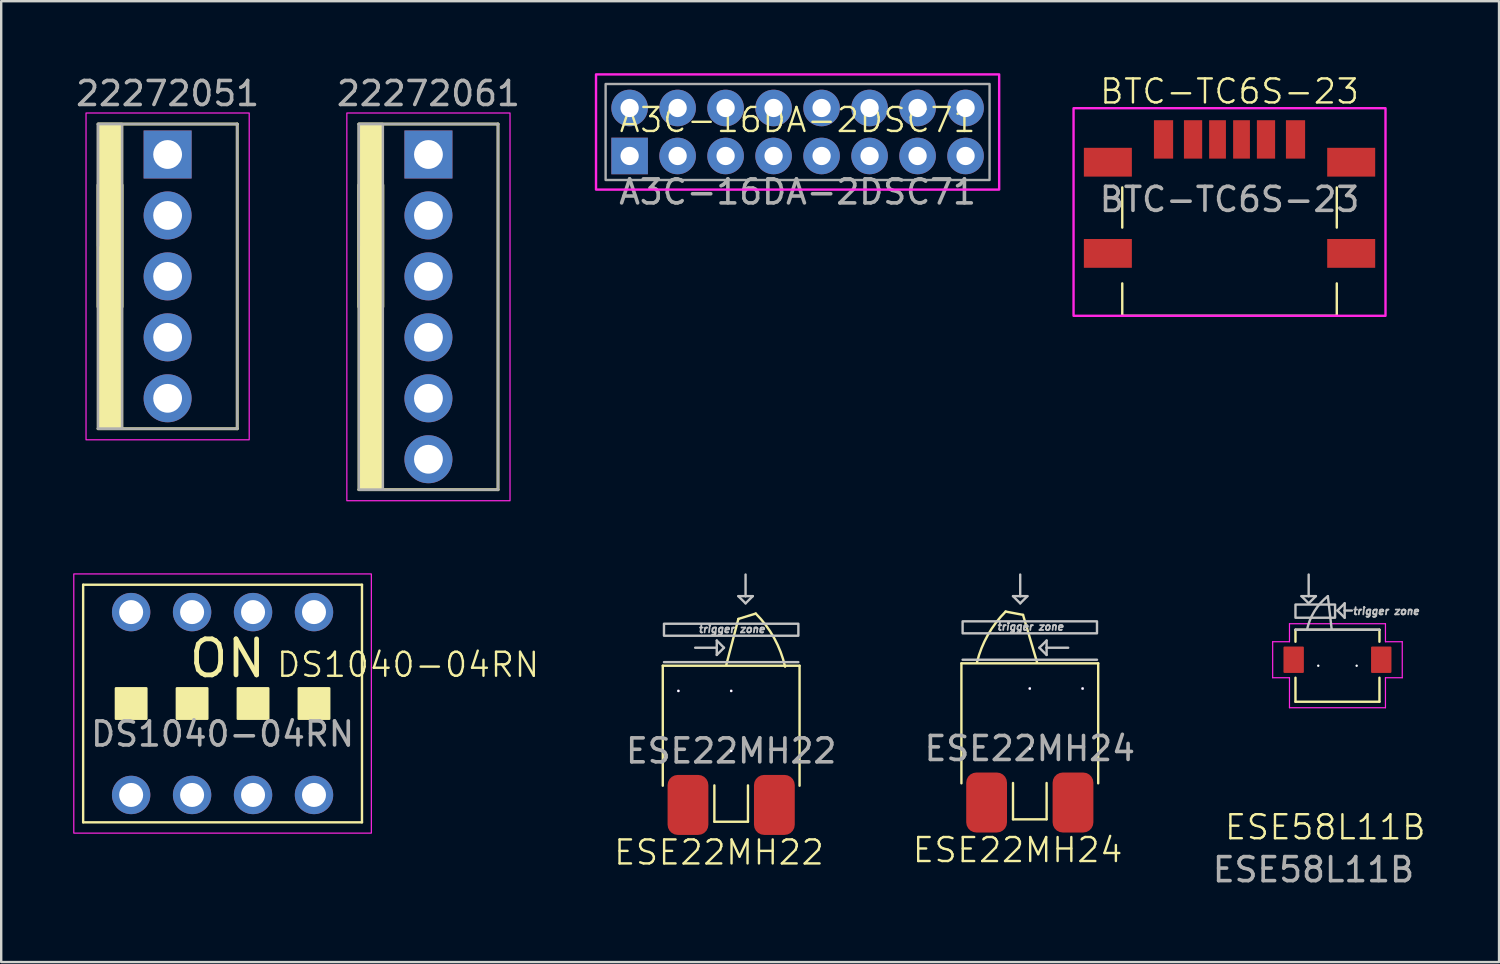
<source format=kicad_pcb>
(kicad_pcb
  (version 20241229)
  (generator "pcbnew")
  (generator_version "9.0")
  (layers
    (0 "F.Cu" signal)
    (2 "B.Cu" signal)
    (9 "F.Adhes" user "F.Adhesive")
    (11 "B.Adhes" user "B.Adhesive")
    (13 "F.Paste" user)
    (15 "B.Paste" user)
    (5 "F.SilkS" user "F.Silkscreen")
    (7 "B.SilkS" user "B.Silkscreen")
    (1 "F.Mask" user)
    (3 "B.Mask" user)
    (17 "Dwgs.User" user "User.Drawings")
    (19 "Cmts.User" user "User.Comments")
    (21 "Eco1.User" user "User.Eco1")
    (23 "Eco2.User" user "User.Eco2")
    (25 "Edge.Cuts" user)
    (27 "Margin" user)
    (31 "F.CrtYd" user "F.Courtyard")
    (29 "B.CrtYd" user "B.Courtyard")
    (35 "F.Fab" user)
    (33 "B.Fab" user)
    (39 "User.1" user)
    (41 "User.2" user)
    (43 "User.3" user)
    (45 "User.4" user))
  (footprint "BTC-TC6S-23"
    (layer "F.Cu")
    (at 48.188 2.76)
    (property "Reference" "BTC-TC6S-23" (at 0 -2 0) (unlocked yes) (layer "F.SilkS") (effects (font (size 1 1) (thickness 0.1))))
    (attr smd)
    (fp_line (start -4.47 3.675) (end -4.47 2) (stroke (width 0.1) (type default)) (layer "F.SilkS"))
    (fp_line (start -4.47 7.35) (end -4.47 6) (stroke (width 0.1) (type default)) (layer "F.SilkS"))
    (fp_line (start -4.47 7.35) (end 4.47 7.35) (stroke (width 0.1) (type default)) (layer "F.SilkS"))
    (fp_line (start 4.47 2) (end 4.47 3.675) (stroke (width 0.1) (type default)) (layer "F.SilkS"))
    (fp_line (start 4.47 7.35) (end 4.47 6) (stroke (width 0.1) (type default)) (layer "F.SilkS"))
    (fp_rect (start -6.5 -1.3) (end 6.5 7.35) (stroke (width 0.1) (type default)) (fill no) (layer "F.CrtYd"))
    (fp_text user "${REFERENCE}" (at 0 2.5 0) (unlocked yes) (layer "F.Fab") (effects (font (size 1 1) (thickness 0.15))))
    (pad "A5" smd rect (at -0.5 0 180) (size 0.7 1.6) (layers "F.Cu" "F.Mask" "F.Paste"))
    (pad "A9" smd rect (at 1.52 0) (size 0.76 1.6) (layers "F.Cu" "F.Mask" "F.Paste"))
    (pad "A12" smd rect (at 2.75 0) (size 0.8 1.6) (layers "F.Cu" "F.Mask" "F.Paste"))
    (pad "B5" smd rect (at 0.5 0) (size 0.7 1.6) (layers "F.Cu" "F.Mask" "F.Paste"))
    (pad "B9" smd rect (at -1.52 0 180) (size 0.76 1.6) (layers "F.Cu" "F.Mask" "F.Paste"))
    (pad "B12" smd rect (at -2.75 0 180) (size 0.8 1.6) (layers "F.Cu" "F.Mask" "F.Paste"))
    (pad "SHIELD" smd rect (at -5.07 0.95 180) (size 2 1.2) (layers "F.Cu" "F.Mask" "F.Paste"))
    (pad "SHIELD" smd rect (at -5.07 4.75 180) (size 2 1.2) (layers "F.Cu" "F.Mask" "F.Paste"))
    (pad "SHIELD" smd rect (at 5.07 0.95 180) (size 2 1.2) (layers "F.Cu" "F.Mask" "F.Paste"))
    (pad "SHIELD" smd rect (at 5.07 4.75 180) (size 2 1.2) (layers "F.Cu" "F.Mask" "F.Paste")))
  (footprint "A3C-16DA-2DSC71"
    (layer "F.Cu")
    (at 30.188 2.45)
    (property "Reference" "A3C-16DA-2DSC71" (at 0 -0.5 0) (unlocked yes) (layer "F.SilkS") (effects (font (size 1 1) (thickness 0.1))))
    (attr through_hole)
    (fp_rect (start -8.4 -2.4) (end 8.4 2.4) (stroke (width 0.1) (type default)) (fill no) (layer "F.CrtYd"))
    (fp_rect (start -8 -2) (end 8 2) (stroke (width 0.1) (type default)) (fill no) (layer "F.Fab"))
    (fp_text user "${REFERENCE}" (at 0 2.5 0) (unlocked yes) (layer "F.Fab") (effects (font (size 1 1) (thickness 0.15))))
    (pad "1" thru_hole rect (at -7 1) (size 1.524 1.524) (drill 0.762) (layers "*.Cu" "*.Mask"))
    (pad "2" thru_hole circle (at -7 -1) (size 1.524 1.524) (drill 0.762) (layers "*.Cu" "*.Mask"))
    (pad "3" thru_hole circle (at -5 1) (size 1.524 1.524) (drill 0.762) (layers "*.Cu" "*.Mask"))
    (pad "4" thru_hole circle (at -5 -1) (size 1.524 1.524) (drill 0.762) (layers "*.Cu" "*.Mask"))
    (pad "5" thru_hole circle (at -3 1) (size 1.524 1.524) (drill 0.762) (layers "*.Cu" "*.Mask"))
    (pad "6" thru_hole circle (at -3 -1) (size 1.524 1.524) (drill 0.762) (layers "*.Cu" "*.Mask"))
    (pad "7" thru_hole circle (at -1 1) (size 1.524 1.524) (drill 0.762) (layers "*.Cu" "*.Mask"))
    (pad "8" thru_hole circle (at -1 -1) (size 1.524 1.524) (drill 0.762) (layers "*.Cu" "*.Mask"))
    (pad "9" thru_hole circle (at 1 1) (size 1.524 1.524) (drill 0.762) (layers "*.Cu" "*.Mask"))
    (pad "10" thru_hole circle (at 1 -1) (size 1.524 1.524) (drill 0.762) (layers "*.Cu" "*.Mask"))
    (pad "11" thru_hole circle (at 3 1) (size 1.524 1.524) (drill 0.762) (layers "*.Cu" "*.Mask"))
    (pad "12" thru_hole circle (at 3 -1) (size 1.524 1.524) (drill 0.762) (layers "*.Cu" "*.Mask"))
    (pad "13" thru_hole circle (at 5 1) (size 1.524 1.524) (drill 0.762) (layers "*.Cu" "*.Mask"))
    (pad "14" thru_hole circle (at 5 -1) (size 1.524 1.524) (drill 0.762) (layers "*.Cu" "*.Mask"))
    (pad "15" thru_hole circle (at 7 1) (size 1.524 1.524) (drill 0.762) (layers "*.Cu" "*.Mask"))
    (pad "16" thru_hole circle (at 7 -1) (size 1.524 1.524) (drill 0.762) (layers "*.Cu" "*.Mask")))
  (footprint "ESE22MH22"
    (layer "F.Cu")
    (at 27.42 25.743)
    (property "Reference" "ESE22MH22" (at -0.508 6.731 0) (unlocked yes) (layer "F.SilkS") (effects (font (size 1 1) (thickness 0.1))))
    (attr smd)
    (fp_line (start -2.85 -1.05) (end -2.85 3.95) (stroke (width 0.1) (type default)) (layer "F.SilkS"))
    (fp_line (start -0.7 3.937) (end -0.7 5.45) (stroke (width 0.1) (type default)) (layer "F.SilkS"))
    (fp_line (start -0.7 5.45) (end 0.7 5.45) (stroke (width 0.1) (type default)) (layer "F.SilkS"))
    (fp_line (start 0.3 -3) (end -0.2 -1.1) (stroke (width 0.1) (type default)) (layer "F.SilkS"))
    (fp_line (start 0.7 5.45) (end 0.7 3.937) (stroke (width 0.1) (type default)) (layer "F.SilkS"))
    (fp_line (start 1.024 -3.224) (end 0.3 -3) (stroke (width 0.1) (type default)) (layer "F.SilkS"))
    (fp_line (start 2.85 -1.05) (end -2.85 -1.05) (stroke (width 0.1) (type default)) (layer "F.SilkS"))
    (fp_line (start 2.85 3.95) (end 2.85 -1.05) (stroke (width 0.1) (type default)) (layer "F.SilkS"))
    (fp_arc (start 1.024124 -3.224124) (mid 1.791505 -2.20405) (end 2.24605 -1.011232) (stroke (width 0.1) (type default)) (layer "F.SilkS"))
    (fp_line (start -2.8 -1.2) (end 2.8 -1.2) (stroke (width 0.1) (type default)) (layer "Dwgs.User"))
    (fp_line (start -1.5 -1.8) (end -0.6 -1.8) (stroke (width 0.1) (type default)) (layer "Dwgs.User"))
    (fp_line (start -0.6 -2.1) (end -0.6 -1.8) (stroke (width 0.1) (type default)) (layer "Dwgs.User"))
    (fp_line (start -0.6 -1.8) (end -0.6 -1.5) (stroke (width 0.1) (type default)) (layer "Dwgs.User"))
    (fp_line (start -0.6 -1.5) (end -0.3 -1.8) (stroke (width 0.1) (type default)) (layer "Dwgs.User"))
    (fp_line (start -0.3 -1.8) (end -0.6 -2.1) (stroke (width 0.1) (type default)) (layer "Dwgs.User"))
    (fp_line (start 0.3 -3.95) (end 0.6 -3.65) (stroke (width 0.1) (type default)) (layer "Dwgs.User"))
    (fp_line (start 0.6 -4.85) (end 0.6 -3.95) (stroke (width 0.1) (type default)) (layer "Dwgs.User"))
    (fp_line (start 0.6 -3.95) (end 0.3 -3.95) (stroke (width 0.1) (type default)) (layer "Dwgs.User"))
    (fp_line (start 0.6 -3.65) (end 0.9 -3.95) (stroke (width 0.1) (type default)) (layer "Dwgs.User"))
    (fp_line (start 0.9 -3.95) (end 0.6 -3.95) (stroke (width 0.1) (type default)) (layer "Dwgs.User"))
    (fp_rect (start -2.8 -2.8) (end 2.8 -2.3) (stroke (width 0.1) (type solid)) (fill no) (layer "Dwgs.User"))
    (fp_text user "trigger zone" (at -1.4 -2.4 0) (unlocked yes) (layer "Dwgs.User") (effects (font (size 0.3 0.3) (thickness 0.075) (bold yes) (italic yes)) (justify left bottom)))
    (fp_text user "${REFERENCE}" (at 0 2.5 0) (unlocked yes) (layer "F.Fab") (effects (font (size 1 1) (thickness 0.15))))
    (pad "" np_thru_hole roundrect (at -2.2 0) (size 0.1 0.1) (drill 1.1) (layers "*.Cu" "*.Mask") (roundrect_rratio 0.25))
    (pad "" np_thru_hole roundrect (at 0 0) (size 0.1 0.1) (drill 1.1) (layers "*.Cu" "*.Mask") (roundrect_rratio 0.25))
    (pad "" np_thru_hole roundrect (at 0 2.5) (size 0.1 0.1) (drill 1.1) (layers "*.Cu" "*.Mask") (roundrect_rratio 0.25))
    (pad "1" smd roundrect (at -1.8 4.75) (size 1.7 2.5) (layers "F.Cu" "F.Mask" "F.Paste") (roundrect_rratio 0.25))
    (pad "2" smd roundrect (at 1.8 4.75) (size 1.7 2.5) (layers "F.Cu" "F.Mask" "F.Paste") (roundrect_rratio 0.25)))
  (footprint "ESE22MH24"
    (layer "F.Cu")
    (at 39.865 25.643)
    (property "Reference" "ESE22MH24" (at -0.508 6.731 0) (unlocked yes) (layer "F.SilkS") (effects (font (size 1 1) (thickness 0.1))))
    (attr smd)
    (fp_line (start -2.85 -1.05) (end -2.85 3.95) (stroke (width 0.1) (type default)) (layer "F.SilkS"))
    (fp_line (start -0.7 3.937) (end -0.7 5.45) (stroke (width 0.1) (type default)) (layer "F.SilkS"))
    (fp_line (start -0.7 5.45) (end 0.7 5.45) (stroke (width 0.1) (type default)) (layer "F.SilkS"))
    (fp_line (start -0.283 -3.07) (end -1.007 -3.207) (stroke (width 0.1) (type default)) (layer "F.SilkS"))
    (fp_line (start 0.3 -1.1) (end -0.283 -3.07) (stroke (width 0.1) (type default)) (layer "F.SilkS"))
    (fp_line (start 0.7 5.45) (end 0.7 3.937) (stroke (width 0.1) (type default)) (layer "F.SilkS"))
    (fp_line (start 2.85 -1.05) (end -2.85 -1.05) (stroke (width 0.1) (type default)) (layer "F.SilkS"))
    (fp_line (start 2.85 3.95) (end 2.85 -1.05) (stroke (width 0.1) (type default)) (layer "F.SilkS"))
    (fp_arc (start -2.2 -1.1) (mid -1.746719 -2.234594) (end -1.007023 -3.207023) (stroke (width 0.1) (type default)) (layer "F.SilkS"))
    (fp_line (start -2.8 -1.2) (end 2.8 -1.2) (stroke (width 0.1) (type default)) (layer "Dwgs.User"))
    (fp_line (start -0.7 -3.85) (end -0.4 -3.55) (stroke (width 0.1) (type default)) (layer "Dwgs.User"))
    (fp_line (start -0.4 -4.75) (end -0.4 -3.85) (stroke (width 0.1) (type default)) (layer "Dwgs.User"))
    (fp_line (start -0.4 -3.85) (end -0.7 -3.85) (stroke (width 0.1) (type default)) (layer "Dwgs.User"))
    (fp_line (start -0.4 -3.55) (end -0.1 -3.85) (stroke (width 0.1) (type default)) (layer "Dwgs.User"))
    (fp_line (start -0.1 -3.85) (end -0.4 -3.85) (stroke (width 0.1) (type default)) (layer "Dwgs.User"))
    (fp_line (start 0.4 -1.7) (end 0.7 -1.4) (stroke (width 0.1) (type default)) (layer "Dwgs.User"))
    (fp_line (start 0.7 -2) (end 0.4 -1.7) (stroke (width 0.1) (type default)) (layer "Dwgs.User"))
    (fp_line (start 0.7 -1.7) (end 0.7 -2) (stroke (width 0.1) (type default)) (layer "Dwgs.User"))
    (fp_line (start 0.7 -1.4) (end 0.7 -1.7) (stroke (width 0.1) (type default)) (layer "Dwgs.User"))
    (fp_line (start 1.6 -1.7) (end 0.7 -1.7) (stroke (width 0.1) (type default)) (layer "Dwgs.User"))
    (fp_rect (start -2.8 -2.8) (end 2.8 -2.3) (stroke (width 0.1) (type solid)) (fill no) (layer "Dwgs.User"))
    (fp_text user "trigger zone" (at -1.4 -2.4 0) (unlocked yes) (layer "Dwgs.User") (effects (font (size 0.3 0.3) (thickness 0.075) (bold yes) (italic yes)) (justify left bottom)))
    (fp_text user "${REFERENCE}" (at 0 2.5 0) (unlocked yes) (layer "F.Fab") (effects (font (size 1 1) (thickness 0.15))))
    (pad "" np_thru_hole roundrect (at 0 0) (size 0.1 0.1) (drill 1.1) (layers "*.Cu" "*.Mask") (roundrect_rratio 0.25))
    (pad "" np_thru_hole roundrect (at 0 2.5) (size 0.1 0.1) (drill 1.1) (layers "*.Cu" "*.Mask") (roundrect_rratio 0.25))
    (pad "" np_thru_hole roundrect (at 2.2 0) (size 0.1 0.1) (drill 1.1) (layers "*.Cu" "*.Mask") (roundrect_rratio 0.25))
    (pad "1" smd roundrect (at -1.8 4.75) (size 1.7 2.5) (layers "F.Cu" "F.Mask" "F.Paste") (roundrect_rratio 0.25))
    (pad "2" smd roundrect (at 1.8 4.75) (size 1.7 2.5) (layers "F.Cu" "F.Mask" "F.Paste") (roundrect_rratio 0.25)))
  (footprint "22272061"
    (layer "F.Cu")
    (at 14.804 9.738)
    (property "Reference" "22272061" (at 0 -8.89 0) (unlocked yes) (layer "F.SilkS") (effects (font (size 1 1) (thickness 0.1))))
    (attr smd)
    (fp_line (start -2.9 -7.62) (end 2.9 -7.62) (stroke (width 0.12) (type solid)) (layer "F.SilkS"))
    (fp_line (start -2.9 -5.08) (end -2.9 0) (stroke (width 0.12) (type solid)) (layer "F.SilkS"))
    (fp_line (start -1.9 -5.08) (end -1.9 0) (stroke (width 0.12) (type solid)) (layer "F.SilkS"))
    (fp_line (start 2.9 7.62) (end -2.9 7.62) (stroke (width 0.12) (type solid)) (layer "F.SilkS"))
    (fp_line (start 2.9 7.62) (end 2.9 -7.62) (stroke (width 0.12) (type solid)) (layer "F.SilkS"))
    (fp_rect (start -2.9 -7.62) (end -1.9 7.62) (stroke (width 0.1) (type default)) (fill yes) (layer "F.SilkS"))
    (fp_rect (start -3.4 -8.08) (end 3.4 8.08) (stroke (width 0.05) (type default)) (fill no) (layer "F.CrtYd"))
    (fp_line (start -2.9 -7.62) (end 2.9 -7.62) (stroke (width 0.1) (type solid)) (layer "F.Fab"))
    (fp_line (start -2.9 -2.54) (end -2.9 -7.62) (stroke (width 0.1) (type solid)) (layer "F.Fab"))
    (fp_line (start 2.9 -7.62) (end 2.9 7.62) (stroke (width 0.1) (type solid)) (layer "F.Fab"))
    (fp_line (start 2.9 7.62) (end -2.9 7.62) (stroke (width 0.1) (type solid)) (layer "F.Fab"))
    (fp_rect (start -2.9 -7.62) (end -1.9 7.62) (stroke (width 0.1) (type solid)) (fill no) (layer "F.Fab"))
    (fp_text user "${REFERENCE}" (at 0 -8.89 0) (unlocked yes) (layer "F.Fab") (effects (font (size 1 1) (thickness 0.15))))
    (pad "1" thru_hole rect (at 0 -6.35) (size 2 2) (drill 1.2) (layers "*.Cu" "*.Mask"))
    (pad "2" thru_hole oval (at 0 -3.81) (size 2 2) (drill 1.2) (layers "*.Cu" "*.Mask"))
    (pad "3" thru_hole oval (at 0 -1.27) (size 2 2) (drill 1.2) (layers "*.Cu" "*.Mask"))
    (pad "4" thru_hole oval (at 0 1.27) (size 2 2) (drill 1.2) (layers "*.Cu" "*.Mask"))
    (pad "5" thru_hole oval (at 0 3.81) (size 2 2) (drill 1.2) (layers "*.Cu" "*.Mask"))
    (pad "6" thru_hole oval (at 0 6.35) (size 2 2) (drill 1.2) (layers "*.Cu" "*.Mask")))
  (footprint "22272051"
    (layer "F.Cu")
    (at 3.935 8.468)
    (property "Reference" "22272051" (at 0 -7.62 0) (unlocked yes) (layer "F.SilkS") (effects (font (size 1 1) (thickness 0.1))))
    (attr smd)
    (fp_line (start -2.9 -6.35) (end 2.9 -6.35) (stroke (width 0.12) (type solid)) (layer "F.SilkS"))
    (fp_line (start -2.9 -3.81) (end -2.9 1.27) (stroke (width 0.12) (type solid)) (layer "F.SilkS"))
    (fp_line (start -1.9 -3.81) (end -1.9 1.27) (stroke (width 0.12) (type solid)) (layer "F.SilkS"))
    (fp_line (start 2.9 6.35) (end -2.9 6.35) (stroke (width 0.12) (type solid)) (layer "F.SilkS"))
    (fp_line (start 2.9 6.35) (end 2.9 -6.35) (stroke (width 0.12) (type solid)) (layer "F.SilkS"))
    (fp_rect (start -2.9 -6.35) (end -1.9 6.35) (stroke (width 0.1) (type default)) (fill yes) (layer "F.SilkS"))
    (fp_rect (start -3.4 -6.81) (end 3.4 6.81) (stroke (width 0.05) (type default)) (fill no) (layer "F.CrtYd"))
    (fp_line (start -2.9 -6.35) (end 2.9 -6.35) (stroke (width 0.1) (type solid)) (layer "F.Fab"))
    (fp_line (start -2.9 -1.27) (end -2.9 -6.35) (stroke (width 0.1) (type solid)) (layer "F.Fab"))
    (fp_line (start 2.9 -6.35) (end 2.9 6.35) (stroke (width 0.1) (type solid)) (layer "F.Fab"))
    (fp_line (start 2.9 6.35) (end -2.9 6.35) (stroke (width 0.1) (type solid)) (layer "F.Fab"))
    (fp_rect (start -2.9 -6.35) (end -1.9 6.35) (stroke (width 0.1) (type solid)) (fill no) (layer "F.Fab"))
    (fp_text user "${REFERENCE}" (at 0 -7.62 0) (unlocked yes) (layer "F.Fab") (effects (font (size 1 1) (thickness 0.15))))
    (pad "1" thru_hole rect (at 0 -5.08) (size 2 2) (drill 1.2) (layers "*.Cu" "*.Mask"))
    (pad "2" thru_hole oval (at 0 -2.54) (size 2 2) (drill 1.2) (layers "*.Cu" "*.Mask"))
    (pad "3" thru_hole oval (at 0 0) (size 2 2) (drill 1.2) (layers "*.Cu" "*.Mask"))
    (pad "4" thru_hole oval (at 0 2.54) (size 2 2) (drill 1.2) (layers "*.Cu" "*.Mask"))
    (pad "5" thru_hole oval (at 0 5.08) (size 2 2) (drill 1.2) (layers "*.Cu" "*.Mask")))
  (footprint "ESE58L11B"
    (layer "F.Cu")
    (at 52.686 24.693)
    (property "Reference" "ESE58L11B" (at -0.508 6.731 0) (unlocked yes) (layer "F.SilkS") (effects (font (size 1 1) (thickness 0.1))))
    (attr smd)
    (fp_line (start -1.75 -1.5) (end -1.75 -1) (stroke (width 0.1) (type default)) (layer "F.SilkS"))
    (fp_line (start -1.75 0.5) (end -1.75 1.5) (stroke (width 0.1) (type default)) (layer "F.SilkS"))
    (fp_line (start 1.75 -1.5) (end -1.75 -1.5) (stroke (width 0.1) (type default)) (layer "F.SilkS"))
    (fp_line (start 1.75 -1.5) (end 1.75 -1) (stroke (width 0.1) (type default)) (layer "F.SilkS"))
    (fp_line (start 1.75 0.5) (end 1.75 1.5) (stroke (width 0.1) (type default)) (layer "F.SilkS"))
    (fp_line (start 1.75 1.5) (end -1.75 1.5) (stroke (width 0.1) (type default)) (layer "F.SilkS"))
    (fp_line (start -1.75 -1.5) (end 1.75 -1.5) (stroke (width 0.1) (type default)) (layer "Dwgs.User"))
    (fp_line (start -1.5 -2.9) (end -1.2 -2.6) (stroke (width 0.1) (type default)) (layer "Dwgs.User"))
    (fp_line (start -1.2 -3.8) (end -1.2 -2.9) (stroke (width 0.1) (type default)) (layer "Dwgs.User"))
    (fp_line (start -1.2 -2.9) (end -1.5 -2.9) (stroke (width 0.1) (type default)) (layer "Dwgs.User"))
    (fp_line (start -1.2 -2.6) (end -0.9 -2.9) (stroke (width 0.1) (type default)) (layer "Dwgs.User"))
    (fp_line (start -0.9 -2.9) (end -1.2 -2.9) (stroke (width 0.1) (type default)) (layer "Dwgs.User"))
    (fp_line (start -0.24 -1.5) (end -0.4 -2.9) (stroke (width 0.1) (type default)) (layer "Dwgs.User"))
    (fp_line (start 0 -2.3) (end 0.3 -2) (stroke (width 0.1) (type default)) (layer "Dwgs.User"))
    (fp_line (start 0.3 -2.6) (end 0 -2.3) (stroke (width 0.1) (type default)) (layer "Dwgs.User"))
    (fp_line (start 0.3 -2.3) (end 0.3 -2.6) (stroke (width 0.1) (type default)) (layer "Dwgs.User"))
    (fp_line (start 0.3 -2) (end 0.3 -2.3) (stroke (width 0.1) (type default)) (layer "Dwgs.User"))
    (fp_line (start 0.6 -2.3) (end 0.3 -2.3) (stroke (width 0.1) (type default)) (layer "Dwgs.User"))
    (fp_rect (start -0.1 -2.55) (end -1.75 -2) (stroke (width 0.1) (type solid)) (fill no) (layer "Dwgs.User"))
    (fp_arc (start -1.26986 -1.49372) (mid -0.958728 -2.273435) (end -0.4 -2.899999) (stroke (width 0.1) (type default)) (layer "Dwgs.User"))
    (fp_line (start -2.7 -1) (end -2 -1) (stroke (width 0.05) (type default)) (layer "F.CrtYd"))
    (fp_line (start -2.7 0.5) (end -2.7 -1) (stroke (width 0.05) (type default)) (layer "F.CrtYd"))
    (fp_line (start -2 -1.75) (end 2 -1.75) (stroke (width 0.05) (type default)) (layer "F.CrtYd"))
    (fp_line (start -2 -1) (end -2 -1.75) (stroke (width 0.05) (type default)) (layer "F.CrtYd"))
    (fp_line (start -2 0.5) (end -2.7 0.5) (stroke (width 0.05) (type default)) (layer "F.CrtYd"))
    (fp_line (start -2 0.5) (end -2 1.75) (stroke (width 0.05) (type default)) (layer "F.CrtYd"))
    (fp_line (start -2 1.75) (end 2 1.75) (stroke (width 0.05) (type default)) (layer "F.CrtYd"))
    (fp_line (start 2 -1) (end 2 -1.75) (stroke (width 0.05) (type default)) (layer "F.CrtYd"))
    (fp_line (start 2 0.5) (end 2 1.75) (stroke (width 0.05) (type default)) (layer "F.CrtYd"))
    (fp_line (start 2.7 -1) (end 2 -1) (stroke (width 0.05) (type default)) (layer "F.CrtYd"))
    (fp_line (start 2.7 -1) (end 2.7 0.5) (stroke (width 0.05) (type default)) (layer "F.CrtYd"))
    (fp_line (start 2.7 0.5) (end 2 0.5) (stroke (width 0.05) (type default)) (layer "F.CrtYd"))
    (fp_text user "trigger zone" (at 0.6 -2.1 0) (unlocked yes) (layer "Dwgs.User") (effects (font (size 0.3 0.3) (thickness 0.075) (bold yes) (italic yes)) (justify left bottom)))
    (fp_text user "${REFERENCE}" (at -1 8.5 0) (unlocked yes) (layer "F.Fab") (effects (font (size 1 1) (thickness 0.15))))
    (pad "" np_thru_hole circle (at -0.8 0) (size 0.1 0.1) (drill 0.7) (layers "*.Cu" "*.Mask"))
    (pad "" np_thru_hole circle (at 0.8 0) (size 0.1 0.1) (drill 0.7) (layers "*.Cu" "*.Mask"))
    (pad "1" smd roundrect (at -1.825 -0.25) (size 0.85 1.1) (layers "F.Cu" "F.Mask" "F.Paste") (roundrect_rratio 0.05))
    (pad "2" smd roundrect (at 1.825 -0.25) (size 0.85 1.1) (layers "F.Cu" "F.Mask" "F.Paste") (roundrect_rratio 0.05)))
  (footprint "DS1040-04RN"
    (layer "F.Cu")
    (at 6.225 26.268)
    (property "Reference" "DS1040-04RN" (at 7.73 -1.615 0) (unlocked yes) (layer "F.SilkS") (effects (font (size 1 1) (thickness 0.1))))
    (attr through_hole)
    (fp_line (start -5.81 4.95) (end -5.81 -4.95) (stroke (width 0.1) (type default)) (layer "F.SilkS"))
    (fp_line (start -5.81 4.95) (end 5.81 4.95) (stroke (width 0.1) (type default)) (layer "F.SilkS"))
    (fp_line (start 5.81 -4.95) (end -5.81 -4.95) (stroke (width 0.1) (type default)) (layer "F.SilkS"))
    (fp_line (start 5.81 4.95) (end 5.81 -4.95) (stroke (width 0.1) (type default)) (layer "F.SilkS"))
    (fp_rect (start -4.445 -0.635) (end -3.175 0.635) (stroke (width 0.1) (type solid)) (fill yes) (layer "F.SilkS"))
    (fp_rect (start -1.905 -0.635) (end -0.635 0.635) (stroke (width 0.1) (type solid)) (fill yes) (layer "F.SilkS"))
    (fp_rect (start 0.635 -0.635) (end 1.905 0.635) (stroke (width 0.1) (type solid)) (fill yes) (layer "F.SilkS"))
    (fp_rect (start 3.175 -0.635) (end 4.445 0.635) (stroke (width 0.1) (type solid)) (fill yes) (layer "F.SilkS"))
    (fp_rect (start -6.2 -5.4) (end 6.2 5.4) (stroke (width 0.05) (type default)) (fill no) (layer "F.CrtYd"))
    (fp_text user "ON" (at -1.5 -1 0) (unlocked yes) (layer "F.SilkS") (effects (font (size 1.5 1.5) (thickness 0.2) (bold yes)) (justify left bottom)))
    (fp_text user "${REFERENCE}" (at 0 1.27 0) (unlocked yes) (layer "F.Fab") (effects (font (size 1 1) (thickness 0.15))))
    (pad "1" thru_hole circle (at -3.81 3.81) (size 1.6 1.6) (drill 1) (layers "*.Cu" "*.Mask"))
    (pad "2" thru_hole circle (at -1.27 3.81) (size 1.6 1.6) (drill 1) (layers "*.Cu" "*.Mask"))
    (pad "3" thru_hole circle (at 1.27 3.81) (size 1.6 1.6) (drill 1) (layers "*.Cu" "*.Mask"))
    (pad "4" thru_hole circle (at 3.81 3.81) (size 1.6 1.6) (drill 1) (layers "*.Cu" "*.Mask"))
    (pad "5" thru_hole circle (at 3.81 -3.81) (size 1.6 1.6) (drill 1) (layers "*.Cu" "*.Mask"))
    (pad "6" thru_hole circle (at 1.27 -3.81) (size 1.6 1.6) (drill 1) (layers "*.Cu" "*.Mask"))
    (pad "7" thru_hole circle (at -1.27 -3.81) (size 1.6 1.6) (drill 1) (layers "*.Cu" "*.Mask"))
    (pad "8" thru_hole circle (at -3.81 -3.81) (size 1.6 1.6) (drill 1) (layers "*.Cu" "*.Mask")))
  (gr_rect
    (start -3 -3)
    (end 59.419 37.041)
    (stroke (width 0.1) (type default))
    (fill no)
    (layer "Edge.Cuts")))
</source>
